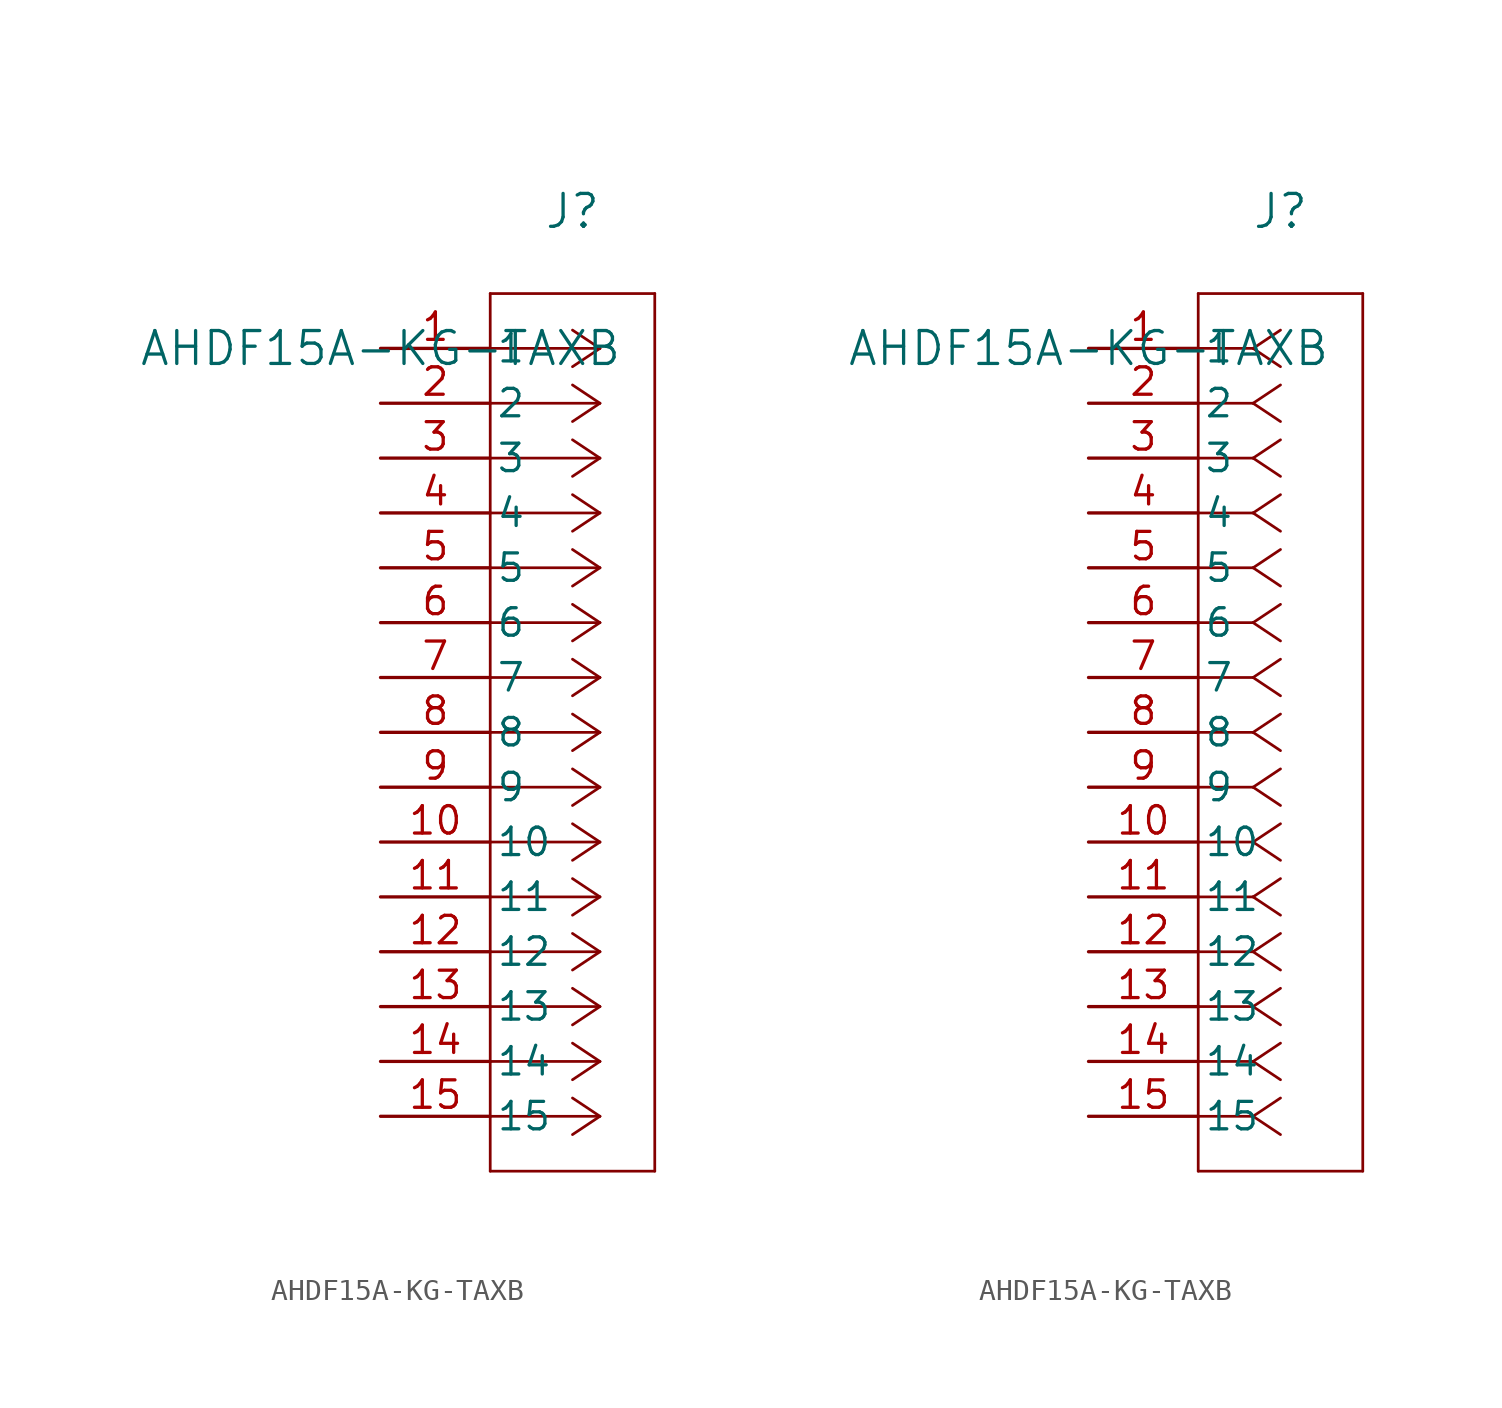
<source format=kicad_sym>
(kicad_symbol_lib
  (version 20211014)
  (generator kicad_symbol_editor)
  (symbol "AHDF15A-KG-TAXB"
    (pin_names
      (offset 0.254))
    (property "Reference" "J"
      (at 8.89 6.35 0)
      (effects (font (size 1.524 1.524))))
    (property "Value" "AHDF15A-KG-TAXB"
      (at 0 0 0)
      (effects (font (size 1.524 1.524))))
    (symbol "AHDF15A-KG-TAXB_1_1"
      (polyline (pts (xy 10.16 0) (xy 5.08 0)) (stroke (width 0.127) (type default) (color 0 0 0 0)) (fill (type none)))
      (polyline (pts (xy 10.16 -2.54) (xy 5.08 -2.54)) (stroke (width 0.127) (type default) (color 0 0 0 0)) (fill (type none)))
      (polyline (pts (xy 10.16 -5.08) (xy 5.08 -5.08)) (stroke (width 0.127) (type default) (color 0 0 0 0)) (fill (type none)))
      (polyline (pts (xy 10.16 -7.62) (xy 5.08 -7.62)) (stroke (width 0.127) (type default) (color 0 0 0 0)) (fill (type none)))
      (polyline (pts (xy 10.16 -10.16) (xy 5.08 -10.16)) (stroke (width 0.127) (type default) (color 0 0 0 0)) (fill (type none)))
      (polyline (pts (xy 10.16 -12.7) (xy 5.08 -12.7)) (stroke (width 0.127) (type default) (color 0 0 0 0)) (fill (type none)))
      (polyline (pts (xy 10.16 -15.24) (xy 5.08 -15.24)) (stroke (width 0.127) (type default) (color 0 0 0 0)) (fill (type none)))
      (polyline (pts (xy 10.16 -17.78) (xy 5.08 -17.78)) (stroke (width 0.127) (type default) (color 0 0 0 0)) (fill (type none)))
      (polyline (pts (xy 10.16 -20.32) (xy 5.08 -20.32)) (stroke (width 0.127) (type default) (color 0 0 0 0)) (fill (type none)))
      (polyline (pts (xy 10.16 -22.86) (xy 5.08 -22.86)) (stroke (width 0.127) (type default) (color 0 0 0 0)) (fill (type none)))
      (polyline (pts (xy 10.16 -25.4) (xy 5.08 -25.4)) (stroke (width 0.127) (type default) (color 0 0 0 0)) (fill (type none)))
      (polyline (pts (xy 10.16 -27.94) (xy 5.08 -27.94)) (stroke (width 0.127) (type default) (color 0 0 0 0)) (fill (type none)))
      (polyline (pts (xy 10.16 -30.48) (xy 5.08 -30.48)) (stroke (width 0.127) (type default) (color 0 0 0 0)) (fill (type none)))
      (polyline (pts (xy 10.16 -33.02) (xy 5.08 -33.02)) (stroke (width 0.127) (type default) (color 0 0 0 0)) (fill (type none)))
      (polyline (pts (xy 10.16 -35.56) (xy 5.08 -35.56)) (stroke (width 0.127) (type default) (color 0 0 0 0)) (fill (type none)))
      (polyline (pts (xy 10.16 0) (xy 8.89 0.847)) (stroke (width 0.127) (type default) (color 0 0 0 0)) (fill (type none)))
      (polyline (pts (xy 10.16 -2.54) (xy 8.89 -1.693)) (stroke (width 0.127) (type default) (color 0 0 0 0)) (fill (type none)))
      (polyline (pts (xy 10.16 -5.08) (xy 8.89 -4.233)) (stroke (width 0.127) (type default) (color 0 0 0 0)) (fill (type none)))
      (polyline (pts (xy 10.16 -7.62) (xy 8.89 -6.773)) (stroke (width 0.127) (type default) (color 0 0 0 0)) (fill (type none)))
      (polyline (pts (xy 10.16 -10.16) (xy 8.89 -9.313)) (stroke (width 0.127) (type default) (color 0 0 0 0)) (fill (type none)))
      (polyline (pts (xy 10.16 -12.7) (xy 8.89 -11.853)) (stroke (width 0.127) (type default) (color 0 0 0 0)) (fill (type none)))
      (polyline (pts (xy 10.16 -15.24) (xy 8.89 -14.393)) (stroke (width 0.127) (type default) (color 0 0 0 0)) (fill (type none)))
      (polyline (pts (xy 10.16 -17.78) (xy 8.89 -16.933)) (stroke (width 0.127) (type default) (color 0 0 0 0)) (fill (type none)))
      (polyline (pts (xy 10.16 -20.32) (xy 8.89 -19.473)) (stroke (width 0.127) (type default) (color 0 0 0 0)) (fill (type none)))
      (polyline (pts (xy 10.16 -22.86) (xy 8.89 -22.013)) (stroke (width 0.127) (type default) (color 0 0 0 0)) (fill (type none)))
      (polyline (pts (xy 10.16 -25.4) (xy 8.89 -24.553)) (stroke (width 0.127) (type default) (color 0 0 0 0)) (fill (type none)))
      (polyline (pts (xy 10.16 -27.94) (xy 8.89 -27.093)) (stroke (width 0.127) (type default) (color 0 0 0 0)) (fill (type none)))
      (polyline (pts (xy 10.16 -30.48) (xy 8.89 -29.633)) (stroke (width 0.127) (type default) (color 0 0 0 0)) (fill (type none)))
      (polyline (pts (xy 10.16 -33.02) (xy 8.89 -32.173)) (stroke (width 0.127) (type default) (color 0 0 0 0)) (fill (type none)))
      (polyline (pts (xy 10.16 -35.56) (xy 8.89 -34.713)) (stroke (width 0.127) (type default) (color 0 0 0 0)) (fill (type none)))
      (polyline (pts (xy 10.16 0) (xy 8.89 -0.847)) (stroke (width 0.127) (type default) (color 0 0 0 0)) (fill (type none)))
      (polyline (pts (xy 10.16 -2.54) (xy 8.89 -3.387)) (stroke (width 0.127) (type default) (color 0 0 0 0)) (fill (type none)))
      (polyline (pts (xy 10.16 -5.08) (xy 8.89 -5.927)) (stroke (width 0.127) (type default) (color 0 0 0 0)) (fill (type none)))
      (polyline (pts (xy 10.16 -7.62) (xy 8.89 -8.467)) (stroke (width 0.127) (type default) (color 0 0 0 0)) (fill (type none)))
      (polyline (pts (xy 10.16 -10.16) (xy 8.89 -11.007)) (stroke (width 0.127) (type default) (color 0 0 0 0)) (fill (type none)))
      (polyline (pts (xy 10.16 -12.7) (xy 8.89 -13.547)) (stroke (width 0.127) (type default) (color 0 0 0 0)) (fill (type none)))
      (polyline (pts (xy 10.16 -15.24) (xy 8.89 -16.087)) (stroke (width 0.127) (type default) (color 0 0 0 0)) (fill (type none)))
      (polyline (pts (xy 10.16 -17.78) (xy 8.89 -18.627)) (stroke (width 0.127) (type default) (color 0 0 0 0)) (fill (type none)))
      (polyline (pts (xy 10.16 -20.32) (xy 8.89 -21.167)) (stroke (width 0.127) (type default) (color 0 0 0 0)) (fill (type none)))
      (polyline (pts (xy 10.16 -22.86) (xy 8.89 -23.707)) (stroke (width 0.127) (type default) (color 0 0 0 0)) (fill (type none)))
      (polyline (pts (xy 10.16 -25.4) (xy 8.89 -26.247)) (stroke (width 0.127) (type default) (color 0 0 0 0)) (fill (type none)))
      (polyline (pts (xy 10.16 -27.94) (xy 8.89 -28.787)) (stroke (width 0.127) (type default) (color 0 0 0 0)) (fill (type none)))
      (polyline (pts (xy 10.16 -30.48) (xy 8.89 -31.327)) (stroke (width 0.127) (type default) (color 0 0 0 0)) (fill (type none)))
      (polyline (pts (xy 10.16 -33.02) (xy 8.89 -33.867)) (stroke (width 0.127) (type default) (color 0 0 0 0)) (fill (type none)))
      (polyline (pts (xy 10.16 -35.56) (xy 8.89 -36.407)) (stroke (width 0.127) (type default) (color 0 0 0 0)) (fill (type none)))
      (polyline (pts (xy 5.08 2.54) (xy 5.08 -38.1)) (stroke (width 0.127) (type default) (color 0 0 0 0)) (fill (type none)))
      (polyline (pts (xy 5.08 -38.1) (xy 12.7 -38.1)) (stroke (width 0.127) (type default) (color 0 0 0 0)) (fill (type none)))
      (polyline (pts (xy 12.7 -38.1) (xy 12.7 2.54)) (stroke (width 0.127) (type default) (color 0 0 0 0)) (fill (type none)))
      (polyline (pts (xy 12.7 2.54) (xy 5.08 2.54)) (stroke (width 0.127) (type default) (color 0 0 0 0)) (fill (type none)))
      (pin unspecified line (at 0 0 0) (length 5.08) (name "1" (effects (font (size 1.27 1.27)))) (number "1" (effects (font (size 1.27 1.27)))))
      (pin unspecified line (at 0 -2.54 0) (length 5.08) (name "2" (effects (font (size 1.27 1.27)))) (number "2" (effects (font (size 1.27 1.27)))))
      (pin unspecified line (at 0 -5.08 0) (length 5.08) (name "3" (effects (font (size 1.27 1.27)))) (number "3" (effects (font (size 1.27 1.27)))))
      (pin unspecified line (at 0 -7.62 0) (length 5.08) (name "4" (effects (font (size 1.27 1.27)))) (number "4" (effects (font (size 1.27 1.27)))))
      (pin unspecified line (at 0 -10.16 0) (length 5.08) (name "5" (effects (font (size 1.27 1.27)))) (number "5" (effects (font (size 1.27 1.27)))))
      (pin unspecified line (at 0 -12.7 0) (length 5.08) (name "6" (effects (font (size 1.27 1.27)))) (number "6" (effects (font (size 1.27 1.27)))))
      (pin unspecified line (at 0 -15.24 0) (length 5.08) (name "7" (effects (font (size 1.27 1.27)))) (number "7" (effects (font (size 1.27 1.27)))))
      (pin unspecified line (at 0 -17.78 0) (length 5.08) (name "8" (effects (font (size 1.27 1.27)))) (number "8" (effects (font (size 1.27 1.27)))))
      (pin unspecified line (at 0 -20.32 0) (length 5.08) (name "9" (effects (font (size 1.27 1.27)))) (number "9" (effects (font (size 1.27 1.27)))))
      (pin unspecified line (at 0 -22.86 0) (length 5.08) (name "10" (effects (font (size 1.27 1.27)))) (number "10" (effects (font (size 1.27 1.27)))))
      (pin unspecified line (at 0 -25.4 0) (length 5.08) (name "11" (effects (font (size 1.27 1.27)))) (number "11" (effects (font (size 1.27 1.27)))))
      (pin unspecified line (at 0 -27.94 0) (length 5.08) (name "12" (effects (font (size 1.27 1.27)))) (number "12" (effects (font (size 1.27 1.27)))))
      (pin unspecified line (at 0 -30.48 0) (length 5.08) (name "13" (effects (font (size 1.27 1.27)))) (number "13" (effects (font (size 1.27 1.27)))))
      (pin unspecified line (at 0 -33.02 0) (length 5.08) (name "14" (effects (font (size 1.27 1.27)))) (number "14" (effects (font (size 1.27 1.27)))))
      (pin unspecified line (at 0 -35.56 0) (length 5.08) (name "15" (effects (font (size 1.27 1.27)))) (number "15" (effects (font (size 1.27 1.27))))))
    (symbol "AHDF15A-KG-TAXB_1_2"
      (polyline (pts (xy 7.62 0) (xy 5.08 0)) (stroke (width 0.127) (type default) (color 0 0 0 0)) (fill (type none)))
      (polyline (pts (xy 7.62 -2.54) (xy 5.08 -2.54)) (stroke (width 0.127) (type default) (color 0 0 0 0)) (fill (type none)))
      (polyline (pts (xy 7.62 -5.08) (xy 5.08 -5.08)) (stroke (width 0.127) (type default) (color 0 0 0 0)) (fill (type none)))
      (polyline (pts (xy 7.62 -7.62) (xy 5.08 -7.62)) (stroke (width 0.127) (type default) (color 0 0 0 0)) (fill (type none)))
      (polyline (pts (xy 7.62 -10.16) (xy 5.08 -10.16)) (stroke (width 0.127) (type default) (color 0 0 0 0)) (fill (type none)))
      (polyline (pts (xy 7.62 -12.7) (xy 5.08 -12.7)) (stroke (width 0.127) (type default) (color 0 0 0 0)) (fill (type none)))
      (polyline (pts (xy 7.62 -15.24) (xy 5.08 -15.24)) (stroke (width 0.127) (type default) (color 0 0 0 0)) (fill (type none)))
      (polyline (pts (xy 7.62 -17.78) (xy 5.08 -17.78)) (stroke (width 0.127) (type default) (color 0 0 0 0)) (fill (type none)))
      (polyline (pts (xy 7.62 -20.32) (xy 5.08 -20.32)) (stroke (width 0.127) (type default) (color 0 0 0 0)) (fill (type none)))
      (polyline (pts (xy 7.62 -22.86) (xy 5.08 -22.86)) (stroke (width 0.127) (type default) (color 0 0 0 0)) (fill (type none)))
      (polyline (pts (xy 7.62 -25.4) (xy 5.08 -25.4)) (stroke (width 0.127) (type default) (color 0 0 0 0)) (fill (type none)))
      (polyline (pts (xy 7.62 -27.94) (xy 5.08 -27.94)) (stroke (width 0.127) (type default) (color 0 0 0 0)) (fill (type none)))
      (polyline (pts (xy 7.62 -30.48) (xy 5.08 -30.48)) (stroke (width 0.127) (type default) (color 0 0 0 0)) (fill (type none)))
      (polyline (pts (xy 7.62 -33.02) (xy 5.08 -33.02)) (stroke (width 0.127) (type default) (color 0 0 0 0)) (fill (type none)))
      (polyline (pts (xy 7.62 -35.56) (xy 5.08 -35.56)) (stroke (width 0.127) (type default) (color 0 0 0 0)) (fill (type none)))
      (polyline (pts (xy 7.62 0) (xy 8.89 0.847)) (stroke (width 0.127) (type default) (color 0 0 0 0)) (fill (type none)))
      (polyline (pts (xy 7.62 -2.54) (xy 8.89 -1.693)) (stroke (width 0.127) (type default) (color 0 0 0 0)) (fill (type none)))
      (polyline (pts (xy 7.62 -5.08) (xy 8.89 -4.233)) (stroke (width 0.127) (type default) (color 0 0 0 0)) (fill (type none)))
      (polyline (pts (xy 7.62 -7.62) (xy 8.89 -6.773)) (stroke (width 0.127) (type default) (color 0 0 0 0)) (fill (type none)))
      (polyline (pts (xy 7.62 -10.16) (xy 8.89 -9.313)) (stroke (width 0.127) (type default) (color 0 0 0 0)) (fill (type none)))
      (polyline (pts (xy 7.62 -12.7) (xy 8.89 -11.853)) (stroke (width 0.127) (type default) (color 0 0 0 0)) (fill (type none)))
      (polyline (pts (xy 7.62 -15.24) (xy 8.89 -14.393)) (stroke (width 0.127) (type default) (color 0 0 0 0)) (fill (type none)))
      (polyline (pts (xy 7.62 -17.78) (xy 8.89 -16.933)) (stroke (width 0.127) (type default) (color 0 0 0 0)) (fill (type none)))
      (polyline (pts (xy 7.62 -20.32) (xy 8.89 -19.473)) (stroke (width 0.127) (type default) (color 0 0 0 0)) (fill (type none)))
      (polyline (pts (xy 7.62 -22.86) (xy 8.89 -22.013)) (stroke (width 0.127) (type default) (color 0 0 0 0)) (fill (type none)))
      (polyline (pts (xy 7.62 -25.4) (xy 8.89 -24.553)) (stroke (width 0.127) (type default) (color 0 0 0 0)) (fill (type none)))
      (polyline (pts (xy 7.62 -27.94) (xy 8.89 -27.093)) (stroke (width 0.127) (type default) (color 0 0 0 0)) (fill (type none)))
      (polyline (pts (xy 7.62 -30.48) (xy 8.89 -29.633)) (stroke (width 0.127) (type default) (color 0 0 0 0)) (fill (type none)))
      (polyline (pts (xy 7.62 -33.02) (xy 8.89 -32.173)) (stroke (width 0.127) (type default) (color 0 0 0 0)) (fill (type none)))
      (polyline (pts (xy 7.62 -35.56) (xy 8.89 -34.713)) (stroke (width 0.127) (type default) (color 0 0 0 0)) (fill (type none)))
      (polyline (pts (xy 7.62 0) (xy 8.89 -0.847)) (stroke (width 0.127) (type default) (color 0 0 0 0)) (fill (type none)))
      (polyline (pts (xy 7.62 -2.54) (xy 8.89 -3.387)) (stroke (width 0.127) (type default) (color 0 0 0 0)) (fill (type none)))
      (polyline (pts (xy 7.62 -5.08) (xy 8.89 -5.927)) (stroke (width 0.127) (type default) (color 0 0 0 0)) (fill (type none)))
      (polyline (pts (xy 7.62 -7.62) (xy 8.89 -8.467)) (stroke (width 0.127) (type default) (color 0 0 0 0)) (fill (type none)))
      (polyline (pts (xy 7.62 -10.16) (xy 8.89 -11.007)) (stroke (width 0.127) (type default) (color 0 0 0 0)) (fill (type none)))
      (polyline (pts (xy 7.62 -12.7) (xy 8.89 -13.547)) (stroke (width 0.127) (type default) (color 0 0 0 0)) (fill (type none)))
      (polyline (pts (xy 7.62 -15.24) (xy 8.89 -16.087)) (stroke (width 0.127) (type default) (color 0 0 0 0)) (fill (type none)))
      (polyline (pts (xy 7.62 -17.78) (xy 8.89 -18.627)) (stroke (width 0.127) (type default) (color 0 0 0 0)) (fill (type none)))
      (polyline (pts (xy 7.62 -20.32) (xy 8.89 -21.167)) (stroke (width 0.127) (type default) (color 0 0 0 0)) (fill (type none)))
      (polyline (pts (xy 7.62 -22.86) (xy 8.89 -23.707)) (stroke (width 0.127) (type default) (color 0 0 0 0)) (fill (type none)))
      (polyline (pts (xy 7.62 -25.4) (xy 8.89 -26.247)) (stroke (width 0.127) (type default) (color 0 0 0 0)) (fill (type none)))
      (polyline (pts (xy 7.62 -27.94) (xy 8.89 -28.787)) (stroke (width 0.127) (type default) (color 0 0 0 0)) (fill (type none)))
      (polyline (pts (xy 7.62 -30.48) (xy 8.89 -31.327)) (stroke (width 0.127) (type default) (color 0 0 0 0)) (fill (type none)))
      (polyline (pts (xy 7.62 -33.02) (xy 8.89 -33.867)) (stroke (width 0.127) (type default) (color 0 0 0 0)) (fill (type none)))
      (polyline (pts (xy 7.62 -35.56) (xy 8.89 -36.407)) (stroke (width 0.127) (type default) (color 0 0 0 0)) (fill (type none)))
      (polyline (pts (xy 5.08 2.54) (xy 5.08 -38.1)) (stroke (width 0.127) (type default) (color 0 0 0 0)) (fill (type none)))
      (polyline (pts (xy 5.08 -38.1) (xy 12.7 -38.1)) (stroke (width 0.127) (type default) (color 0 0 0 0)) (fill (type none)))
      (polyline (pts (xy 12.7 -38.1) (xy 12.7 2.54)) (stroke (width 0.127) (type default) (color 0 0 0 0)) (fill (type none)))
      (polyline (pts (xy 12.7 2.54) (xy 5.08 2.54)) (stroke (width 0.127) (type default) (color 0 0 0 0)) (fill (type none)))
      (pin unspecified line (at 0 0 0) (length 5.08) (name "1" (effects (font (size 1.27 1.27)))) (number "1" (effects (font (size 1.27 1.27)))))
      (pin unspecified line (at 0 -2.54 0) (length 5.08) (name "2" (effects (font (size 1.27 1.27)))) (number "2" (effects (font (size 1.27 1.27)))))
      (pin unspecified line (at 0 -5.08 0) (length 5.08) (name "3" (effects (font (size 1.27 1.27)))) (number "3" (effects (font (size 1.27 1.27)))))
      (pin unspecified line (at 0 -7.62 0) (length 5.08) (name "4" (effects (font (size 1.27 1.27)))) (number "4" (effects (font (size 1.27 1.27)))))
      (pin unspecified line (at 0 -10.16 0) (length 5.08) (name "5" (effects (font (size 1.27 1.27)))) (number "5" (effects (font (size 1.27 1.27)))))
      (pin unspecified line (at 0 -12.7 0) (length 5.08) (name "6" (effects (font (size 1.27 1.27)))) (number "6" (effects (font (size 1.27 1.27)))))
      (pin unspecified line (at 0 -15.24 0) (length 5.08) (name "7" (effects (font (size 1.27 1.27)))) (number "7" (effects (font (size 1.27 1.27)))))
      (pin unspecified line (at 0 -17.78 0) (length 5.08) (name "8" (effects (font (size 1.27 1.27)))) (number "8" (effects (font (size 1.27 1.27)))))
      (pin unspecified line (at 0 -20.32 0) (length 5.08) (name "9" (effects (font (size 1.27 1.27)))) (number "9" (effects (font (size 1.27 1.27)))))
      (pin unspecified line (at 0 -22.86 0) (length 5.08) (name "10" (effects (font (size 1.27 1.27)))) (number "10" (effects (font (size 1.27 1.27)))))
      (pin unspecified line (at 0 -25.4 0) (length 5.08) (name "11" (effects (font (size 1.27 1.27)))) (number "11" (effects (font (size 1.27 1.27)))))
      (pin unspecified line (at 0 -27.94 0) (length 5.08) (name "12" (effects (font (size 1.27 1.27)))) (number "12" (effects (font (size 1.27 1.27)))))
      (pin unspecified line (at 0 -30.48 0) (length 5.08) (name "13" (effects (font (size 1.27 1.27)))) (number "13" (effects (font (size 1.27 1.27)))))
      (pin unspecified line (at 0 -33.02 0) (length 5.08) (name "14" (effects (font (size 1.27 1.27)))) (number "14" (effects (font (size 1.27 1.27)))))
      (pin unspecified line (at 0 -35.56 0) (length 5.08) (name "15" (effects (font (size 1.27 1.27)))) (number "15" (effects (font (size 1.27 1.27))))))))
</source>
